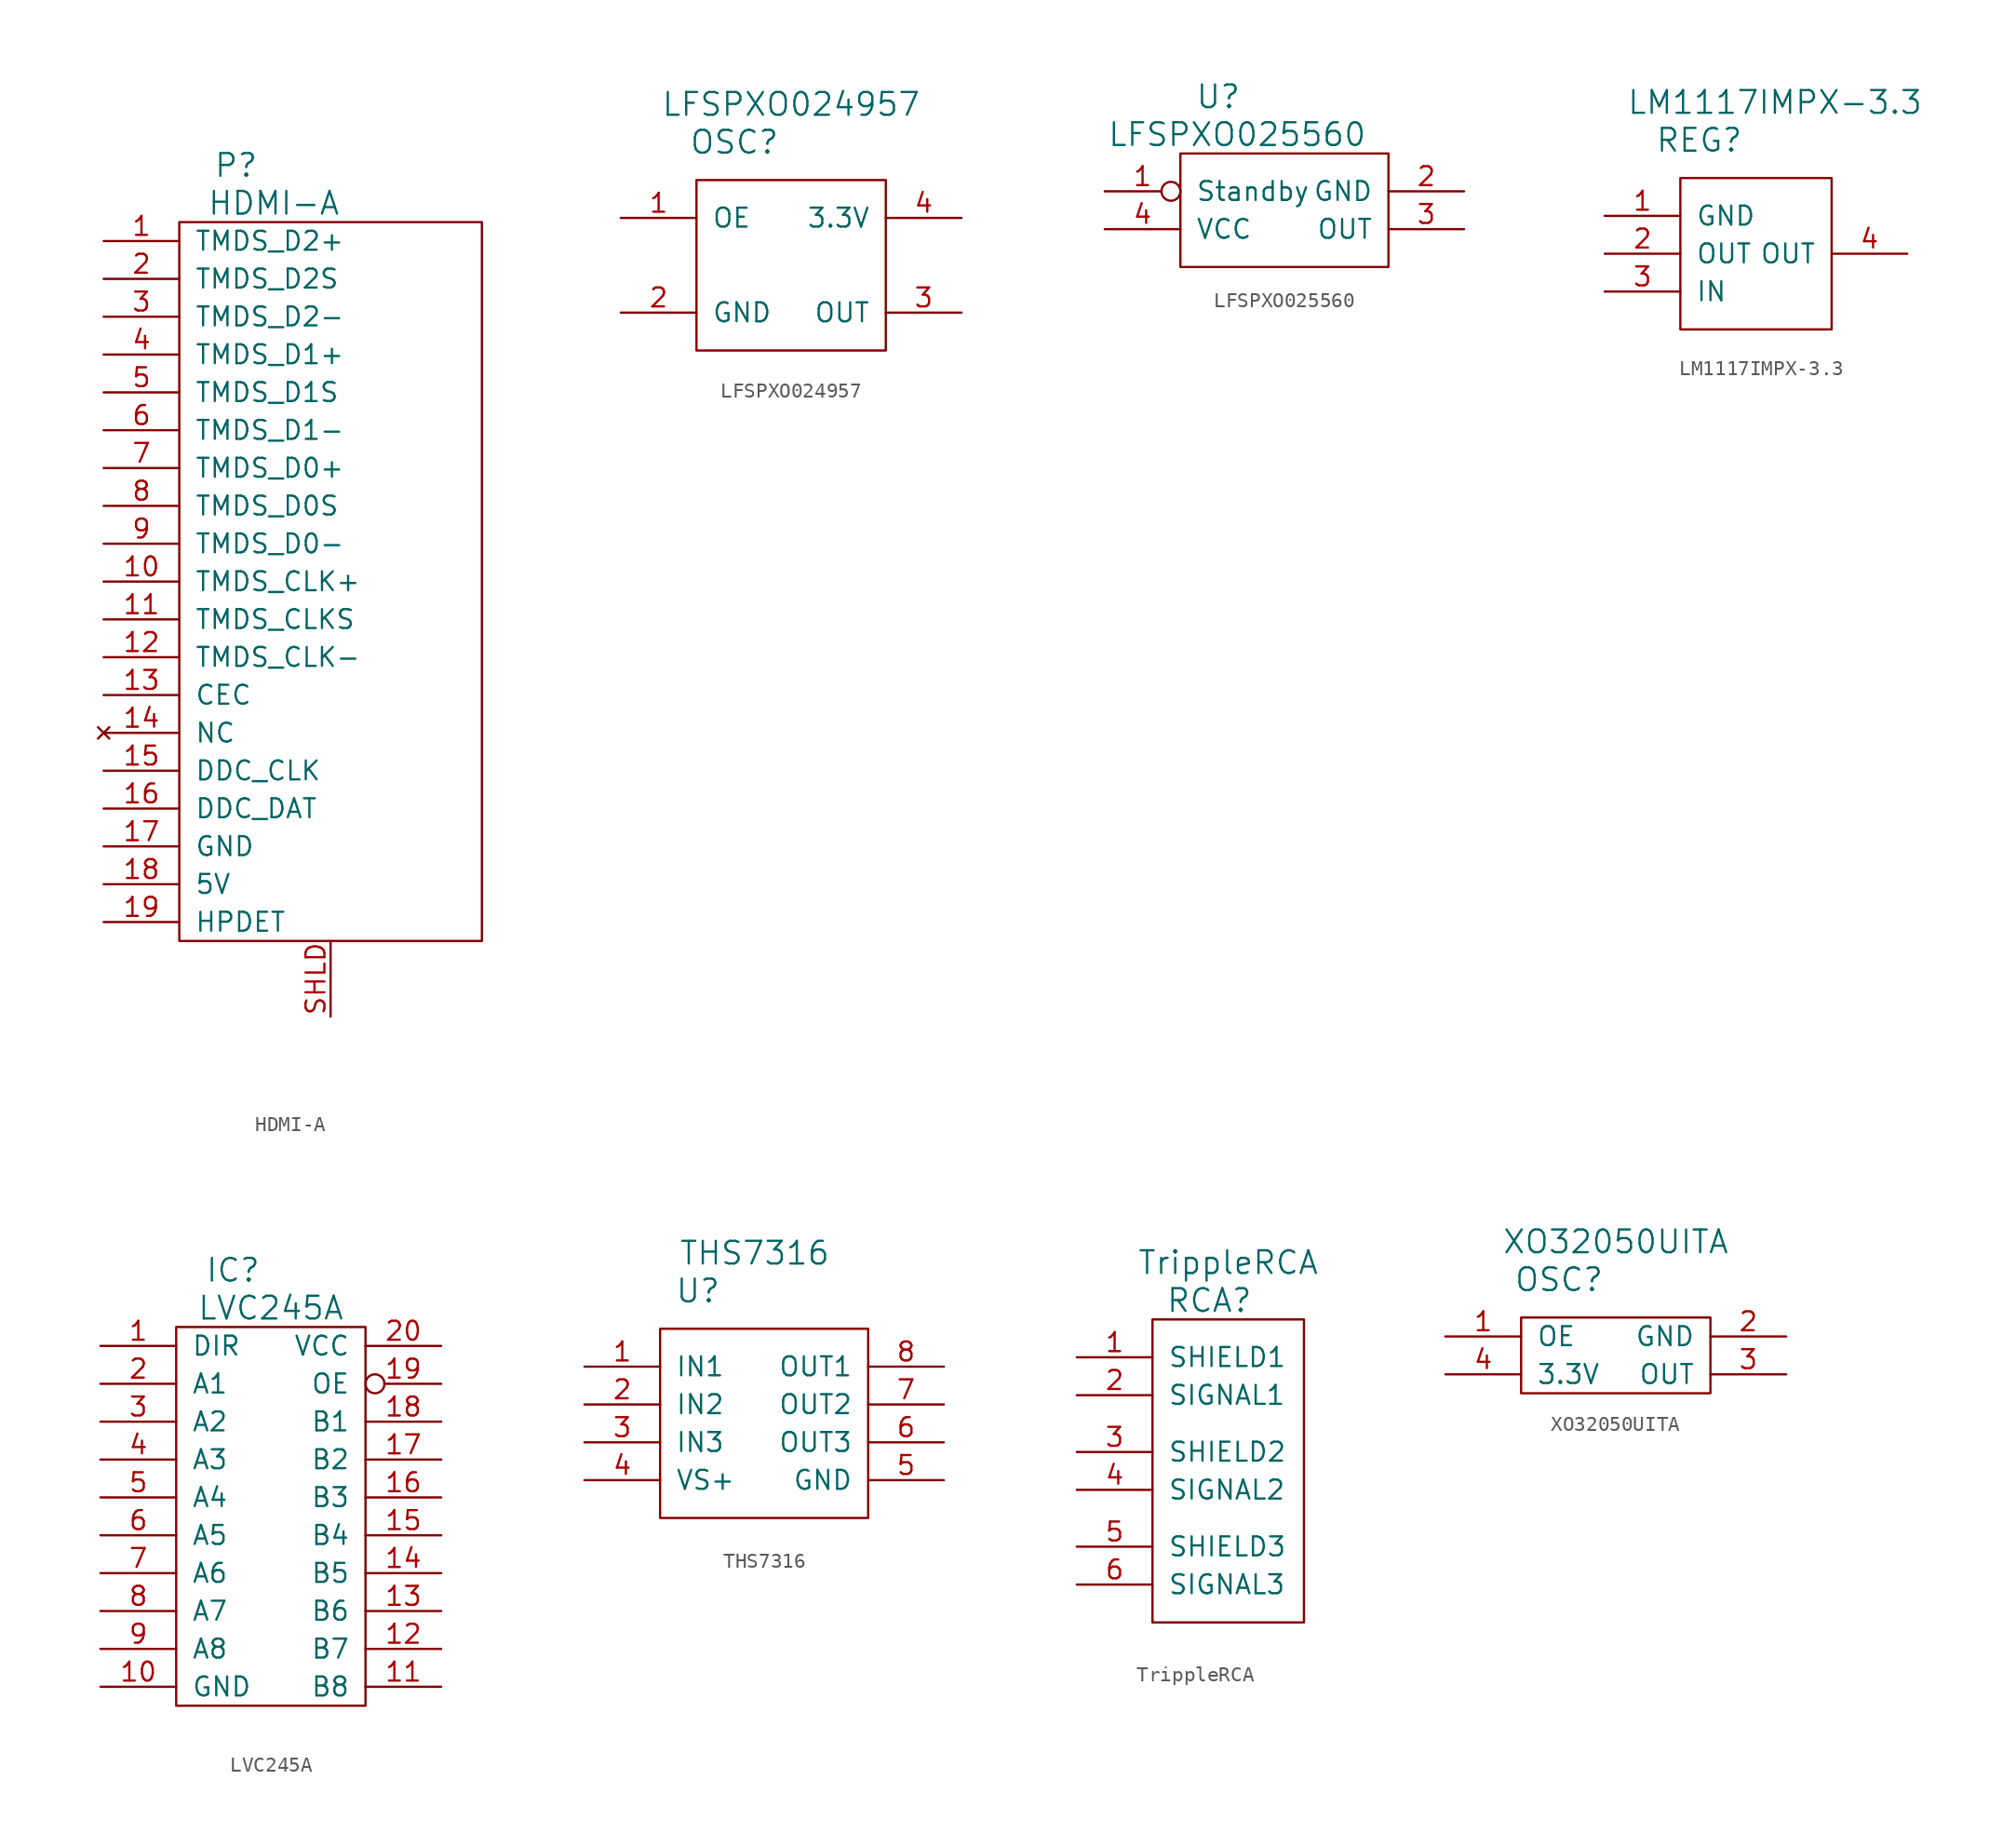
<source format=kicad_sym>
(kicad_symbol_lib
  (version 20211014)
  (generator kicad_symbol_editor)
  (symbol "HDMI-A"
    (pin_names
      (offset 1.016))
    (property "Reference" "P"
      (at -1.27 1.27 0)
      (effects (font (size 1.524 1.524))))
    (property "Value" "HDMI-A"
      (at 1.27 -1.27 0)
      (effects (font (size 1.524 1.524))))
    (symbol "HDMI-A_0_1"
      (rectangle (start -5.08 -2.54) (end 15.24 -50.8) (stroke (width 0) (type default) (color 0 0 0 0)) (fill (type none))))
    (symbol "HDMI-A_1_1"
      (pin input line (at -10.16 -3.81 0) (length 5.08) (name "TMDS_D2+" (effects (font (size 1.27 1.27)))) (number "1" (effects (font (size 1.27 1.27)))))
      (pin input line (at -10.16 -26.67 0) (length 5.08) (name "TMDS_CLK+" (effects (font (size 1.27 1.27)))) (number "10" (effects (font (size 1.27 1.27)))))
      (pin input line (at -10.16 -29.21 0) (length 5.08) (name "TMDS_CLKS" (effects (font (size 1.27 1.27)))) (number "11" (effects (font (size 1.27 1.27)))))
      (pin input line (at -10.16 -31.75 0) (length 5.08) (name "TMDS_CLK-" (effects (font (size 1.27 1.27)))) (number "12" (effects (font (size 1.27 1.27)))))
      (pin output line (at -10.16 -34.29 0) (length 5.08) (name "CEC" (effects (font (size 1.27 1.27)))) (number "13" (effects (font (size 1.27 1.27)))))
      (pin no_connect line (at -10.16 -36.83 0) (length 5.08) (name "NC" (effects (font (size 1.27 1.27)))) (number "14" (effects (font (size 1.27 1.27)))))
      (pin bidirectional line (at -10.16 -39.37 0) (length 5.08) (name "DDC_CLK" (effects (font (size 1.27 1.27)))) (number "15" (effects (font (size 1.27 1.27)))))
      (pin bidirectional line (at -10.16 -41.91 0) (length 5.08) (name "DDC_DAT" (effects (font (size 1.27 1.27)))) (number "16" (effects (font (size 1.27 1.27)))))
      (pin power_in line (at -10.16 -44.45 0) (length 5.08) (name "GND" (effects (font (size 1.27 1.27)))) (number "17" (effects (font (size 1.27 1.27)))))
      (pin power_in line (at -10.16 -46.99 0) (length 5.08) (name "5V" (effects (font (size 1.27 1.27)))) (number "18" (effects (font (size 1.27 1.27)))))
      (pin output line (at -10.16 -49.53 0) (length 5.08) (name "HPDET" (effects (font (size 1.27 1.27)))) (number "19" (effects (font (size 1.27 1.27)))))
      (pin input line (at -10.16 -6.35 0) (length 5.08) (name "TMDS_D2S" (effects (font (size 1.27 1.27)))) (number "2" (effects (font (size 1.27 1.27)))))
      (pin input line (at -10.16 -8.89 0) (length 5.08) (name "TMDS_D2-" (effects (font (size 1.27 1.27)))) (number "3" (effects (font (size 1.27 1.27)))))
      (pin input line (at -10.16 -11.43 0) (length 5.08) (name "TMDS_D1+" (effects (font (size 1.27 1.27)))) (number "4" (effects (font (size 1.27 1.27)))))
      (pin input line (at -10.16 -13.97 0) (length 5.08) (name "TMDS_D1S" (effects (font (size 1.27 1.27)))) (number "5" (effects (font (size 1.27 1.27)))))
      (pin input line (at -10.16 -16.51 0) (length 5.08) (name "TMDS_D1-" (effects (font (size 1.27 1.27)))) (number "6" (effects (font (size 1.27 1.27)))))
      (pin input line (at -10.16 -19.05 0) (length 5.08) (name "TMDS_D0+" (effects (font (size 1.27 1.27)))) (number "7" (effects (font (size 1.27 1.27)))))
      (pin input line (at -10.16 -21.59 0) (length 5.08) (name "TMDS_D0S" (effects (font (size 1.27 1.27)))) (number "8" (effects (font (size 1.27 1.27)))))
      (pin input line (at -10.16 -24.13 0) (length 5.08) (name "TMDS_D0-" (effects (font (size 1.27 1.27)))) (number "9" (effects (font (size 1.27 1.27)))))
      (pin passive line (at 5.08 -55.88 90) (length 5.08) (name "~" (effects (font (size 1.27 1.27)))) (number "SHLD" (effects (font (size 1.27 1.27)))))))
  (symbol "LFSPXO024957"
    (pin_names
      (offset 1.016))
    (property "Reference" "OSC"
      (at -3.81 -1.27 0)
      (effects (font (size 1.524 1.524))))
    (property "Value" "LFSPXO024957"
      (at 0 1.27 0)
      (effects (font (size 1.524 1.524))))
    (symbol "LFSPXO024957_0_1"
      (rectangle (start -6.35 -3.81) (end 6.35 -15.24) (stroke (width 0) (type default) (color 0 0 0 0)) (fill (type none))))
    (symbol "LFSPXO024957_1_1"
      (pin input line (at -11.43 -6.35 0) (length 5.08) (name "OE" (effects (font (size 1.27 1.27)))) (number "1" (effects (font (size 1.27 1.27)))))
      (pin power_in line (at -11.43 -12.7 0) (length 5.08) (name "GND" (effects (font (size 1.27 1.27)))) (number "2" (effects (font (size 1.27 1.27)))))
      (pin output line (at 11.43 -12.7 180) (length 5.08) (name "OUT" (effects (font (size 1.27 1.27)))) (number "3" (effects (font (size 1.27 1.27)))))
      (pin power_in line (at 11.43 -6.35 180) (length 5.08) (name "3.3V" (effects (font (size 1.27 1.27)))) (number "4" (effects (font (size 1.27 1.27)))))))
  (symbol "LFSPXO025560"
    (pin_names
      (offset 1.016))
    (property "Reference" "U"
      (at -1.27 2.54 0)
      (effects (font (size 1.524 1.524))))
    (property "Value" "LFSPXO025560"
      (at 0 0 0)
      (effects (font (size 1.524 1.524))))
    (symbol "LFSPXO025560_0_1"
      (rectangle (start -3.81 -1.27) (end 10.16 -8.89) (stroke (width 0) (type default) (color 0 0 0 0)) (fill (type none))))
    (symbol "LFSPXO025560_1_1"
      (pin input inverted (at -8.89 -3.81 0) (length 5.08) (name "Standby" (effects (font (size 1.27 1.27)))) (number "1" (effects (font (size 1.27 1.27)))))
      (pin power_in line (at 15.24 -3.81 180) (length 5.08) (name "GND" (effects (font (size 1.27 1.27)))) (number "2" (effects (font (size 1.27 1.27)))))
      (pin output line (at 15.24 -6.35 180) (length 5.08) (name "OUT" (effects (font (size 1.27 1.27)))) (number "3" (effects (font (size 1.27 1.27)))))
      (pin power_in line (at -8.89 -6.35 0) (length 5.08) (name "VCC" (effects (font (size 1.27 1.27)))) (number "4" (effects (font (size 1.27 1.27)))))))
  (symbol "LM1117IMPX-3.3"
    (pin_names
      (offset 1.016))
    (property "Reference" "REG"
      (at -8.89 -1.27 0)
      (effects (font (size 1.524 1.524))))
    (property "Value" "LM1117IMPX-3.3"
      (at -3.81 1.27 0)
      (effects (font (size 1.524 1.524))))
    (symbol "LM1117IMPX-3.3_0_1"
      (rectangle (start 0 -3.81) (end -10.16 -13.97) (stroke (width 0) (type default) (color 0 0 0 0)) (fill (type none))))
    (symbol "LM1117IMPX-3.3_1_1"
      (pin power_in line (at -15.24 -6.35 0) (length 5.08) (name "GND" (effects (font (size 1.27 1.27)))) (number "1" (effects (font (size 1.27 1.27)))))
      (pin power_out line (at -15.24 -8.89 0) (length 5.08) (name "OUT" (effects (font (size 1.27 1.27)))) (number "2" (effects (font (size 1.27 1.27)))))
      (pin power_in line (at -15.24 -11.43 0) (length 5.08) (name "IN" (effects (font (size 1.27 1.27)))) (number "3" (effects (font (size 1.27 1.27)))))
      (pin power_out line (at 5.08 -8.89 180) (length 5.08) (name "OUT" (effects (font (size 1.27 1.27)))) (number "4" (effects (font (size 1.27 1.27)))))))
  (symbol "LVC245A"
    (pin_names
      (offset 1.016))
    (property "Reference" "IC"
      (at -1.27 1.27 0)
      (effects (font (size 1.524 1.524))))
    (property "Value" "LVC245A"
      (at 1.27 -1.27 0)
      (effects (font (size 1.524 1.524))))
    (symbol "LVC245A_0_1"
      (rectangle (start -5.08 -2.54) (end 7.62 -27.94) (stroke (width 0) (type default) (color 0 0 0 0)) (fill (type none))))
    (symbol "LVC245A_1_1"
      (pin input line (at -10.16 -3.81 0) (length 5.08) (name "DIR" (effects (font (size 1.27 1.27)))) (number "1" (effects (font (size 1.27 1.27)))))
      (pin power_in line (at -10.16 -26.67 0) (length 5.08) (name "GND" (effects (font (size 1.27 1.27)))) (number "10" (effects (font (size 1.27 1.27)))))
      (pin output line (at 12.7 -26.67 180) (length 5.08) (name "B8" (effects (font (size 1.27 1.27)))) (number "11" (effects (font (size 1.27 1.27)))))
      (pin output line (at 12.7 -24.13 180) (length 5.08) (name "B7" (effects (font (size 1.27 1.27)))) (number "12" (effects (font (size 1.27 1.27)))))
      (pin output line (at 12.7 -21.59 180) (length 5.08) (name "B6" (effects (font (size 1.27 1.27)))) (number "13" (effects (font (size 1.27 1.27)))))
      (pin output line (at 12.7 -19.05 180) (length 5.08) (name "B5" (effects (font (size 1.27 1.27)))) (number "14" (effects (font (size 1.27 1.27)))))
      (pin output line (at 12.7 -16.51 180) (length 5.08) (name "B4" (effects (font (size 1.27 1.27)))) (number "15" (effects (font (size 1.27 1.27)))))
      (pin output line (at 12.7 -13.97 180) (length 5.08) (name "B3" (effects (font (size 1.27 1.27)))) (number "16" (effects (font (size 1.27 1.27)))))
      (pin output line (at 12.7 -11.43 180) (length 5.08) (name "B2" (effects (font (size 1.27 1.27)))) (number "17" (effects (font (size 1.27 1.27)))))
      (pin output line (at 12.7 -8.89 180) (length 5.08) (name "B1" (effects (font (size 1.27 1.27)))) (number "18" (effects (font (size 1.27 1.27)))))
      (pin input inverted (at 12.7 -6.35 180) (length 5.08) (name "OE" (effects (font (size 1.27 1.27)))) (number "19" (effects (font (size 1.27 1.27)))))
      (pin input line (at -10.16 -6.35 0) (length 5.08) (name "A1" (effects (font (size 1.27 1.27)))) (number "2" (effects (font (size 1.27 1.27)))))
      (pin power_in line (at 12.7 -3.81 180) (length 5.08) (name "VCC" (effects (font (size 1.27 1.27)))) (number "20" (effects (font (size 1.27 1.27)))))
      (pin input line (at -10.16 -8.89 0) (length 5.08) (name "A2" (effects (font (size 1.27 1.27)))) (number "3" (effects (font (size 1.27 1.27)))))
      (pin input line (at -10.16 -11.43 0) (length 5.08) (name "A3" (effects (font (size 1.27 1.27)))) (number "4" (effects (font (size 1.27 1.27)))))
      (pin input line (at -10.16 -13.97 0) (length 5.08) (name "A4" (effects (font (size 1.27 1.27)))) (number "5" (effects (font (size 1.27 1.27)))))
      (pin input line (at -10.16 -16.51 0) (length 5.08) (name "A5" (effects (font (size 1.27 1.27)))) (number "6" (effects (font (size 1.27 1.27)))))
      (pin input line (at -10.16 -19.05 0) (length 5.08) (name "A6" (effects (font (size 1.27 1.27)))) (number "7" (effects (font (size 1.27 1.27)))))
      (pin input line (at -10.16 -21.59 0) (length 5.08) (name "A7" (effects (font (size 1.27 1.27)))) (number "8" (effects (font (size 1.27 1.27)))))
      (pin input line (at -10.16 -24.13 0) (length 5.08) (name "A8" (effects (font (size 1.27 1.27)))) (number "9" (effects (font (size 1.27 1.27)))))))
  (symbol "THS7316"
    (pin_names
      (offset 1.016))
    (property "Reference" "U"
      (at -3.81 -2.54 0)
      (effects (font (size 1.524 1.524))))
    (property "Value" "THS7316"
      (at 0 0 0)
      (effects (font (size 1.524 1.524))))
    (symbol "THS7316_0_1"
      (rectangle (start -6.35 -5.08) (end 7.62 -17.78) (stroke (width 0) (type default) (color 0 0 0 0)) (fill (type none))))
    (symbol "THS7316_1_1"
      (pin input line (at -11.43 -7.62 0) (length 5.08) (name "IN1" (effects (font (size 1.27 1.27)))) (number "1" (effects (font (size 1.27 1.27)))))
      (pin input line (at -11.43 -10.16 0) (length 5.08) (name "IN2" (effects (font (size 1.27 1.27)))) (number "2" (effects (font (size 1.27 1.27)))))
      (pin input line (at -11.43 -12.7 0) (length 5.08) (name "IN3" (effects (font (size 1.27 1.27)))) (number "3" (effects (font (size 1.27 1.27)))))
      (pin power_in line (at -11.43 -15.24 0) (length 5.08) (name "VS+" (effects (font (size 1.27 1.27)))) (number "4" (effects (font (size 1.27 1.27)))))
      (pin power_in line (at 12.7 -15.24 180) (length 5.08) (name "GND" (effects (font (size 1.27 1.27)))) (number "5" (effects (font (size 1.27 1.27)))))
      (pin output line (at 12.7 -12.7 180) (length 5.08) (name "OUT3" (effects (font (size 1.27 1.27)))) (number "6" (effects (font (size 1.27 1.27)))))
      (pin output line (at 12.7 -10.16 180) (length 5.08) (name "OUT2" (effects (font (size 1.27 1.27)))) (number "7" (effects (font (size 1.27 1.27)))))
      (pin output line (at 12.7 -7.62 180) (length 5.08) (name "OUT1" (effects (font (size 1.27 1.27)))) (number "8" (effects (font (size 1.27 1.27)))))))
  (symbol "TrippleRCA"
    (pin_names
      (offset 1.016))
    (property "Reference" "RCA"
      (at 0 0 0)
      (effects (font (size 1.524 1.524))))
    (property "Value" "TrippleRCA"
      (at 1.27 2.54 0)
      (effects (font (size 1.524 1.524))))
    (symbol "TrippleRCA_0_1"
      (rectangle (start -3.81 -1.27) (end 6.35 -21.59) (stroke (width 0) (type default) (color 0 0 0 0)) (fill (type none))))
    (symbol "TrippleRCA_1_1"
      (pin power_in line (at -8.89 -3.81 0) (length 5.08) (name "SHIELD1" (effects (font (size 1.27 1.27)))) (number "1" (effects (font (size 1.27 1.27)))))
      (pin input line (at -8.89 -6.35 0) (length 5.08) (name "SIGNAL1" (effects (font (size 1.27 1.27)))) (number "2" (effects (font (size 1.27 1.27)))))
      (pin power_in line (at -8.89 -10.16 0) (length 5.08) (name "SHIELD2" (effects (font (size 1.27 1.27)))) (number "3" (effects (font (size 1.27 1.27)))))
      (pin input line (at -8.89 -12.7 0) (length 5.08) (name "SIGNAL2" (effects (font (size 1.27 1.27)))) (number "4" (effects (font (size 1.27 1.27)))))
      (pin power_in line (at -8.89 -16.51 0) (length 5.08) (name "SHIELD3" (effects (font (size 1.27 1.27)))) (number "5" (effects (font (size 1.27 1.27)))))
      (pin input line (at -8.89 -19.05 0) (length 5.08) (name "SIGNAL3" (effects (font (size 1.27 1.27)))) (number "6" (effects (font (size 1.27 1.27)))))))
  (symbol "XO32050UITA"
    (pin_names
      (offset 1.016))
    (property "Reference" "OSC"
      (at -3.81 -1.27 0)
      (effects (font (size 1.524 1.524))))
    (property "Value" "XO32050UITA"
      (at 0 1.27 0)
      (effects (font (size 1.524 1.524))))
    (symbol "XO32050UITA_0_1"
      (rectangle (start -6.35 -3.81) (end 6.35 -8.89) (stroke (width 0) (type default) (color 0 0 0 0)) (fill (type none))))
    (symbol "XO32050UITA_1_1"
      (pin input line (at -11.43 -5.08 0) (length 5.08) (name "OE" (effects (font (size 1.27 1.27)))) (number "1" (effects (font (size 1.27 1.27)))))
      (pin power_in line (at 11.43 -5.08 180) (length 5.08) (name "GND" (effects (font (size 1.27 1.27)))) (number "2" (effects (font (size 1.27 1.27)))))
      (pin output line (at 11.43 -7.62 180) (length 5.08) (name "OUT" (effects (font (size 1.27 1.27)))) (number "3" (effects (font (size 1.27 1.27)))))
      (pin power_in line (at -11.43 -7.62 0) (length 5.08) (name "3.3V" (effects (font (size 1.27 1.27)))) (number "4" (effects (font (size 1.27 1.27))))))))
</source>
